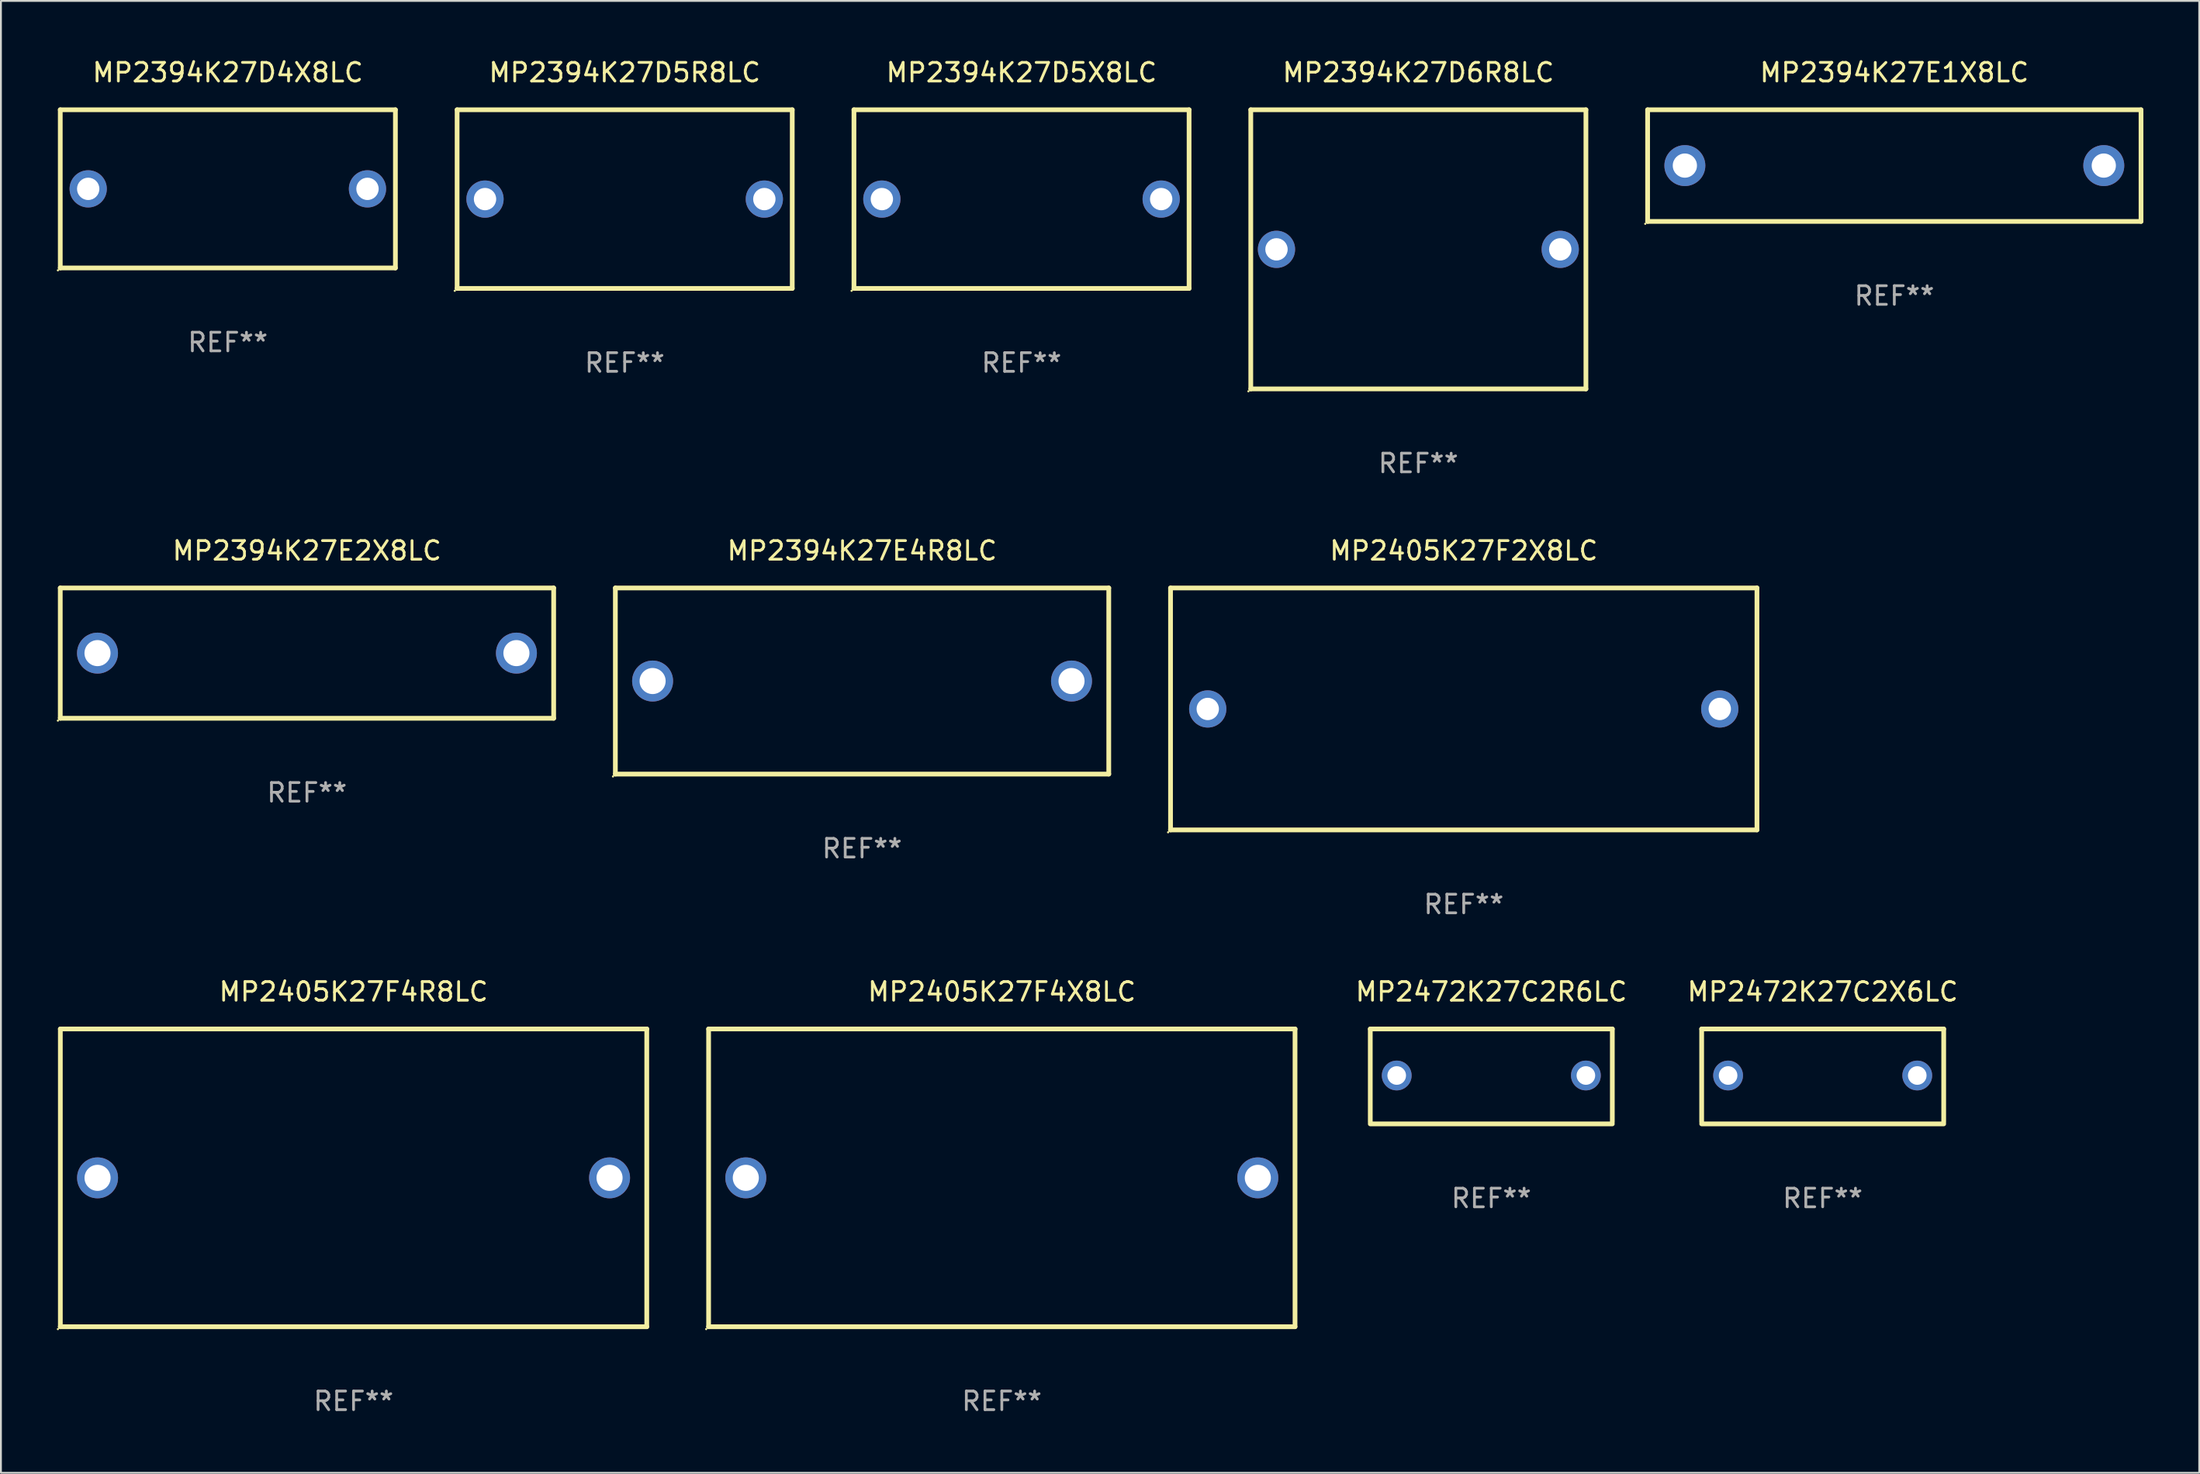
<source format=kicad_pcb>
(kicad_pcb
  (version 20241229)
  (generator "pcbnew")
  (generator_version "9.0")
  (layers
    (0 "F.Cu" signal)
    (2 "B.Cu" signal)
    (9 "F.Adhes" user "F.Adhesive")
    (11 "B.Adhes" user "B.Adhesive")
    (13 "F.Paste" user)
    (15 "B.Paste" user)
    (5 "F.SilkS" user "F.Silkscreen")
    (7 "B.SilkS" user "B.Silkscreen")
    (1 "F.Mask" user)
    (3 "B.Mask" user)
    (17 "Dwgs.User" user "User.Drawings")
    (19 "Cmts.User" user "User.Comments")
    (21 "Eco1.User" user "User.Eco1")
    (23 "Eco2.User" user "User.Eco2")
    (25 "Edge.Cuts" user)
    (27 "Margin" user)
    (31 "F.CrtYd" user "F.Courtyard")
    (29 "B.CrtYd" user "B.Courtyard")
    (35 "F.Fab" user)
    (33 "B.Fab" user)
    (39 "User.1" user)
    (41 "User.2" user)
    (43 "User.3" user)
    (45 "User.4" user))
  (footprint "MP2394K27D4X8LC"
    (layer "F.Cu")
    (at 9.187 7.098)
    (property "Reference" "MP2394K27D4X8LC" (at 0 -6.25 0) (layer "F.SilkS") (effects (font (size 1 1) (thickness 0.15))))
    (attr through_hole)
    (fp_line (start -9 -4.25) (end -9 4.25) (stroke (width 0.254) (type solid)) (layer "F.SilkS"))
    (fp_line (start -9 -4.25) (end 9 -4.25) (stroke (width 0.254) (type solid)) (layer "F.SilkS"))
    (fp_line (start 9 4.25) (end -9 4.25) (stroke (width 0.254) (type solid)) (layer "F.SilkS"))
    (fp_line (start 9 4.25) (end 9 -4.25) (stroke (width 0.254) (type solid)) (layer "F.SilkS"))
    (fp_circle (center -9.127 4.377) (end -9.097 4.377) (stroke (width 0.06) (type solid)) (fill no) (layer "F.SilkS"))
    (fp_text user "REF**" (at 0 8.25 0) (layer "F.Fab") (effects (font (size 1 1) (thickness 0.15))))
    (pad "1" thru_hole circle (at -7.5 0) (size 2 2) (drill 1.2) (layers "*.Cu" "*.Mask"))
    (pad "2" thru_hole circle (at 7.5 0) (size 2 2) (drill 1.2) (layers "*.Cu" "*.Mask")))
  (footprint "MP2394K27D5X8LC"
    (layer "F.Cu")
    (at 51.815 7.648)
    (property "Reference" "MP2394K27D5X8LC" (at 0 -6.8 0) (layer "F.SilkS") (effects (font (size 1 1) (thickness 0.15))))
    (attr through_hole)
    (fp_line (start -9 -4.8) (end 9 -4.8) (stroke (width 0.254) (type solid)) (layer "F.SilkS"))
    (fp_line (start -9 4.8) (end -9 -4.8) (stroke (width 0.254) (type solid)) (layer "F.SilkS"))
    (fp_line (start 9 -4.8) (end 9 4.8) (stroke (width 0.254) (type solid)) (layer "F.SilkS"))
    (fp_line (start 9 4.8) (end -9 4.8) (stroke (width 0.254) (type solid)) (layer "F.SilkS"))
    (fp_circle (center -9.127 4.927) (end -9.097 4.927) (stroke (width 0.06) (type solid)) (fill no) (layer "F.SilkS"))
    (fp_text user "REF**" (at 0 8.8 0) (layer "F.Fab") (effects (font (size 1 1) (thickness 0.15))))
    (pad "1" thru_hole circle (at -7.501 0) (size 2 2) (drill 1.2) (layers "*.Cu" "*.Mask"))
    (pad "2" thru_hole circle (at 7.501 0) (size 2 2) (drill 1.2) (layers "*.Cu" "*.Mask")))
  (footprint "MP2394K27E4R8LC"
    (layer "F.Cu")
    (at 43.251 33.545)
    (property "Reference" "MP2394K27E4R8LC" (at 0 -7 0) (layer "F.SilkS") (effects (font (size 1 1) (thickness 0.15))))
    (attr through_hole)
    (fp_line (start -13.25 -5) (end 13.25 -5) (stroke (width 0.254) (type solid)) (layer "F.SilkS"))
    (fp_line (start -13.25 5) (end -13.25 -5) (stroke (width 0.254) (type solid)) (layer "F.SilkS"))
    (fp_line (start 13.25 -5) (end 13.25 5) (stroke (width 0.254) (type solid)) (layer "F.SilkS"))
    (fp_line (start 13.25 5) (end -13.25 5) (stroke (width 0.254) (type solid)) (layer "F.SilkS"))
    (fp_circle (center -13.377 5.127) (end -13.347 5.127) (stroke (width 0.06) (type solid)) (fill no) (layer "F.SilkS"))
    (fp_text user "REF**" (at 0 9 0) (layer "F.Fab") (effects (font (size 1 1) (thickness 0.15))))
    (pad "1" thru_hole circle (at -11.25 0) (size 2.2 2.2) (drill 1.4) (layers "*.Cu" "*.Mask"))
    (pad "2" thru_hole circle (at 11.25 0) (size 2.2 2.2) (drill 1.4) (layers "*.Cu" "*.Mask")))
  (footprint "MP2394K27D6R8LC"
    (layer "F.Cu")
    (at 73.129 10.348)
    (property "Reference" "MP2394K27D6R8LC" (at 0 -9.5 0) (layer "F.SilkS") (effects (font (size 1 1) (thickness 0.15))))
    (attr through_hole)
    (fp_line (start -9 -7.5) (end 9 -7.5) (stroke (width 0.254) (type solid)) (layer "F.SilkS"))
    (fp_line (start -9 7.5) (end -9 -7.5) (stroke (width 0.254) (type solid)) (layer "F.SilkS"))
    (fp_line (start -9 7.5) (end 9 7.5) (stroke (width 0.254) (type solid)) (layer "F.SilkS"))
    (fp_line (start 9 -7.5) (end 9 7.5) (stroke (width 0.254) (type solid)) (layer "F.SilkS"))
    (fp_circle (center -9.127 7.627) (end -9.097 7.627) (stroke (width 0.06) (type solid)) (fill no) (layer "F.SilkS"))
    (fp_text user "REF**" (at 0 11.5 0) (layer "F.Fab") (effects (font (size 1 1) (thickness 0.15))))
    (pad "1" thru_hole circle (at -7.62 0) (size 2 2) (drill 1.2) (layers "*.Cu" "*.Mask"))
    (pad "2" thru_hole circle (at 7.62 0) (size 2 2) (drill 1.2) (layers "*.Cu" "*.Mask")))
  (footprint "MP2405K27F2X8LC"
    (layer "F.Cu")
    (at 75.567 35.045)
    (property "Reference" "MP2405K27F2X8LC" (at 0 -8.5 0) (layer "F.SilkS") (effects (font (size 1 1) (thickness 0.15))))
    (attr through_hole)
    (fp_line (start -15.748 -6.5) (end 15.752 -6.5) (stroke (width 0.254) (type solid)) (layer "F.SilkS"))
    (fp_line (start -15.748 6.5) (end -15.748 -6.5) (stroke (width 0.254) (type solid)) (layer "F.SilkS"))
    (fp_line (start 15.748 -6.5) (end 15.748 6.5) (stroke (width 0.254) (type solid)) (layer "F.SilkS"))
    (fp_line (start 15.748 6.5) (end -15.752 6.5) (stroke (width 0.254) (type solid)) (layer "F.SilkS"))
    (fp_circle (center -15.879 6.627) (end -15.849 6.627) (stroke (width 0.06) (type solid)) (fill no) (layer "F.SilkS"))
    (fp_text user "REF**" (at 0 10.5 0) (layer "F.Fab") (effects (font (size 1 1) (thickness 0.15))))
    (pad "1" thru_hole circle (at -13.75 0) (size 2 2) (drill 1.2) (layers "*.Cu" "*.Mask"))
    (pad "2" thru_hole circle (at 13.75 0) (size 2 2) (drill 1.2) (layers "*.Cu" "*.Mask")))
  (footprint "MP2394K27E1X8LC"
    (layer "F.Cu")
    (at 98.693 5.848)
    (property "Reference" "MP2394K27E1X8LC" (at 0 -5 0) (layer "F.SilkS") (effects (font (size 1 1) (thickness 0.15))))
    (attr through_hole)
    (fp_line (start -13.25 -3) (end 13.25 -3) (stroke (width 0.254) (type solid)) (layer "F.SilkS"))
    (fp_line (start -13.25 3) (end -13.25 -3) (stroke (width 0.254) (type solid)) (layer "F.SilkS"))
    (fp_line (start 13.25 -3) (end 13.25 3) (stroke (width 0.254) (type solid)) (layer "F.SilkS"))
    (fp_line (start 13.25 3) (end -13.25 3) (stroke (width 0.254) (type solid)) (layer "F.SilkS"))
    (fp_circle (center -13.377 3.127) (end -13.347 3.127) (stroke (width 0.06) (type solid)) (fill no) (layer "F.SilkS"))
    (fp_text user "REF**" (at 0 7 0) (layer "F.Fab") (effects (font (size 1 1) (thickness 0.15))))
    (pad "1" thru_hole circle (at -11.25 0) (size 2.2 2.2) (drill 1.3) (layers "*.Cu" "*.Mask"))
    (pad "2" thru_hole circle (at 11.25 0) (size 2.2 2.2) (drill 1.3) (layers "*.Cu" "*.Mask")))
  (footprint "MP2394K27D5R8LC"
    (layer "F.Cu")
    (at 30.501 7.648)
    (property "Reference" "MP2394K27D5R8LC" (at 0 -6.8 0) (layer "F.SilkS") (effects (font (size 1 1) (thickness 0.15))))
    (attr through_hole)
    (fp_line (start -9 -4.8) (end 9 -4.8) (stroke (width 0.254) (type solid)) (layer "F.SilkS"))
    (fp_line (start -9 4.8) (end -9 -4.8) (stroke (width 0.254) (type solid)) (layer "F.SilkS"))
    (fp_line (start 9 -4.8) (end 9 4.8) (stroke (width 0.254) (type solid)) (layer "F.SilkS"))
    (fp_line (start 9 4.8) (end -9 4.8) (stroke (width 0.254) (type solid)) (layer "F.SilkS"))
    (fp_circle (center -9.127 4.927) (end -9.097 4.927) (stroke (width 0.06) (type solid)) (fill no) (layer "F.SilkS"))
    (fp_text user "REF**" (at 0 8.8 0) (layer "F.Fab") (effects (font (size 1 1) (thickness 0.15))))
    (pad "1" thru_hole circle (at -7.501 0) (size 2 2) (drill 1.2) (layers "*.Cu" "*.Mask"))
    (pad "2" thru_hole circle (at 7.501 0) (size 2 2) (drill 1.2) (layers "*.Cu" "*.Mask")))
  (footprint "MP2394K27E2X8LC"
    (layer "F.Cu")
    (at 13.437 32.045)
    (property "Reference" "MP2394K27E2X8LC" (at 0 -5.5 0) (layer "F.SilkS") (effects (font (size 1 1) (thickness 0.15))))
    (attr through_hole)
    (fp_line (start -13.25 -3.5) (end 13.25 -3.5) (stroke (width 0.254) (type solid)) (layer "F.SilkS"))
    (fp_line (start -13.25 3.5) (end -13.25 -3.5) (stroke (width 0.254) (type solid)) (layer "F.SilkS"))
    (fp_line (start 13.25 -3.5) (end 13.25 3.5) (stroke (width 0.254) (type solid)) (layer "F.SilkS"))
    (fp_line (start 13.25 3.5) (end -13.25 3.5) (stroke (width 0.254) (type solid)) (layer "F.SilkS"))
    (fp_circle (center -13.377 3.627) (end -13.347 3.627) (stroke (width 0.06) (type solid)) (fill no) (layer "F.SilkS"))
    (fp_text user "REF**" (at 0 7.5 0) (layer "F.Fab") (effects (font (size 1 1) (thickness 0.15))))
    (pad "1" thru_hole circle (at -11.25 0) (size 2.2 2.2) (drill 1.4) (layers "*.Cu" "*.Mask"))
    (pad "2" thru_hole circle (at 11.25 0) (size 2.2 2.2) (drill 1.4) (layers "*.Cu" "*.Mask")))
  (footprint "MP2405K27F4X8LC"
    (layer "F.Cu")
    (at 50.757 60.241)
    (property "Reference" "MP2405K27F4X8LC" (at 0 -10 0) (layer "F.SilkS") (effects (font (size 1 1) (thickness 0.15))))
    (attr through_hole)
    (fp_line (start -15.748 -8) (end 15.752 -8) (stroke (width 0.254) (type solid)) (layer "F.SilkS"))
    (fp_line (start -15.748 8) (end -15.748 -8) (stroke (width 0.254) (type solid)) (layer "F.SilkS"))
    (fp_line (start 15.748 -8) (end 15.748 8) (stroke (width 0.254) (type solid)) (layer "F.SilkS"))
    (fp_line (start 15.748 8) (end -15.752 8) (stroke (width 0.254) (type solid)) (layer "F.SilkS"))
    (fp_circle (center -15.879 8.127) (end -15.849 8.127) (stroke (width 0.06) (type solid)) (fill no) (layer "F.SilkS"))
    (fp_text user "REF**" (at 0 12 0) (layer "F.Fab") (effects (font (size 1 1) (thickness 0.15))))
    (pad "1" thru_hole circle (at -13.75 0) (size 2.2 2.2) (drill 1.4) (layers "*.Cu" "*.Mask"))
    (pad "2" thru_hole circle (at 13.75 0) (size 2.2 2.2) (drill 1.4) (layers "*.Cu" "*.Mask")))
  (footprint "MP2405K27F4R8LC"
    (layer "F.Cu")
    (at 15.939 60.241)
    (property "Reference" "MP2405K27F4R8LC" (at 0 -10 0) (layer "F.SilkS") (effects (font (size 1 1) (thickness 0.15))))
    (attr through_hole)
    (fp_line (start -15.748 -8) (end 15.752 -8) (stroke (width 0.254) (type solid)) (layer "F.SilkS"))
    (fp_line (start -15.748 8) (end -15.748 -8) (stroke (width 0.254) (type solid)) (layer "F.SilkS"))
    (fp_line (start 15.748 -8) (end 15.748 8) (stroke (width 0.254) (type solid)) (layer "F.SilkS"))
    (fp_line (start 15.748 8) (end -15.752 8) (stroke (width 0.254) (type solid)) (layer "F.SilkS"))
    (fp_circle (center -15.879 8.127) (end -15.849 8.127) (stroke (width 0.06) (type solid)) (fill no) (layer "F.SilkS"))
    (fp_text user "REF**" (at 0 12 0) (layer "F.Fab") (effects (font (size 1 1) (thickness 0.15))))
    (pad "1" thru_hole circle (at -13.75 0) (size 2.2 2.2) (drill 1.4) (layers "*.Cu" "*.Mask"))
    (pad "2" thru_hole circle (at 13.75 0) (size 2.2 2.2) (drill 1.4) (layers "*.Cu" "*.Mask")))
  (footprint "MP2472K27C2R6LC"
    (layer "F.Cu")
    (at 77.047 54.791)
    (property "Reference" "MP2472K27C2R6LC" (at 0 -4.55 0) (layer "F.SilkS") (effects (font (size 1 1) (thickness 0.15))))
    (attr through_hole)
    (fp_line (start -6.5 -2.55) (end 6.5 -2.55) (stroke (width 0.254) (type solid)) (layer "F.SilkS"))
    (fp_line (start -6.5 2.45) (end -6.5 -2.55) (stroke (width 0.254) (type solid)) (layer "F.SilkS"))
    (fp_line (start 6.5 -2.55) (end 6.5 2.45) (stroke (width 0.254) (type solid)) (layer "F.SilkS"))
    (fp_line (start 6.5 2.55) (end -6.5 2.55) (stroke (width 0.254) (type solid)) (layer "F.SilkS"))
    (fp_circle (center -6.5 2.45) (end -6.47 2.45) (stroke (width 0.06) (type solid)) (fill no) (layer "F.SilkS"))
    (fp_text user "REF**" (at 0 6.55 0) (layer "F.Fab") (effects (font (size 1 1) (thickness 0.15))))
    (pad "1" thru_hole circle (at -5.08 -0.05) (size 1.6 1.6) (drill 1) (layers "*.Cu" "*.Mask"))
    (pad "2" thru_hole circle (at 5.08 -0.05) (size 1.6 1.6) (drill 1) (layers "*.Cu" "*.Mask")))
  (footprint "MP2472K27C2X6LC"
    (layer "F.Cu")
    (at 94.845 54.791)
    (property "Reference" "MP2472K27C2X6LC" (at 0 -4.55 0) (layer "F.SilkS") (effects (font (size 1 1) (thickness 0.15))))
    (attr through_hole)
    (fp_line (start -6.5 -2.55) (end 6.5 -2.55) (stroke (width 0.254) (type solid)) (layer "F.SilkS"))
    (fp_line (start -6.5 2.45) (end -6.5 -2.55) (stroke (width 0.254) (type solid)) (layer "F.SilkS"))
    (fp_line (start 6.5 -2.55) (end 6.5 2.45) (stroke (width 0.254) (type solid)) (layer "F.SilkS"))
    (fp_line (start 6.5 2.55) (end -6.5 2.55) (stroke (width 0.254) (type solid)) (layer "F.SilkS"))
    (fp_circle (center -6.5 2.45) (end -6.47 2.45) (stroke (width 0.06) (type solid)) (fill no) (layer "F.SilkS"))
    (fp_text user "REF**" (at 0 6.55 0) (layer "F.Fab") (effects (font (size 1 1) (thickness 0.15))))
    (pad "1" thru_hole circle (at -5.08 -0.05) (size 1.6 1.6) (drill 1) (layers "*.Cu" "*.Mask"))
    (pad "2" thru_hole circle (at 5.08 -0.05) (size 1.6 1.6) (drill 1) (layers "*.Cu" "*.Mask")))
  (gr_rect
    (start -3 -3)
    (end 115.07 76.09)
    (stroke (width 0.1) (type default))
    (fill no)
    (layer "Edge.Cuts")))
</source>
